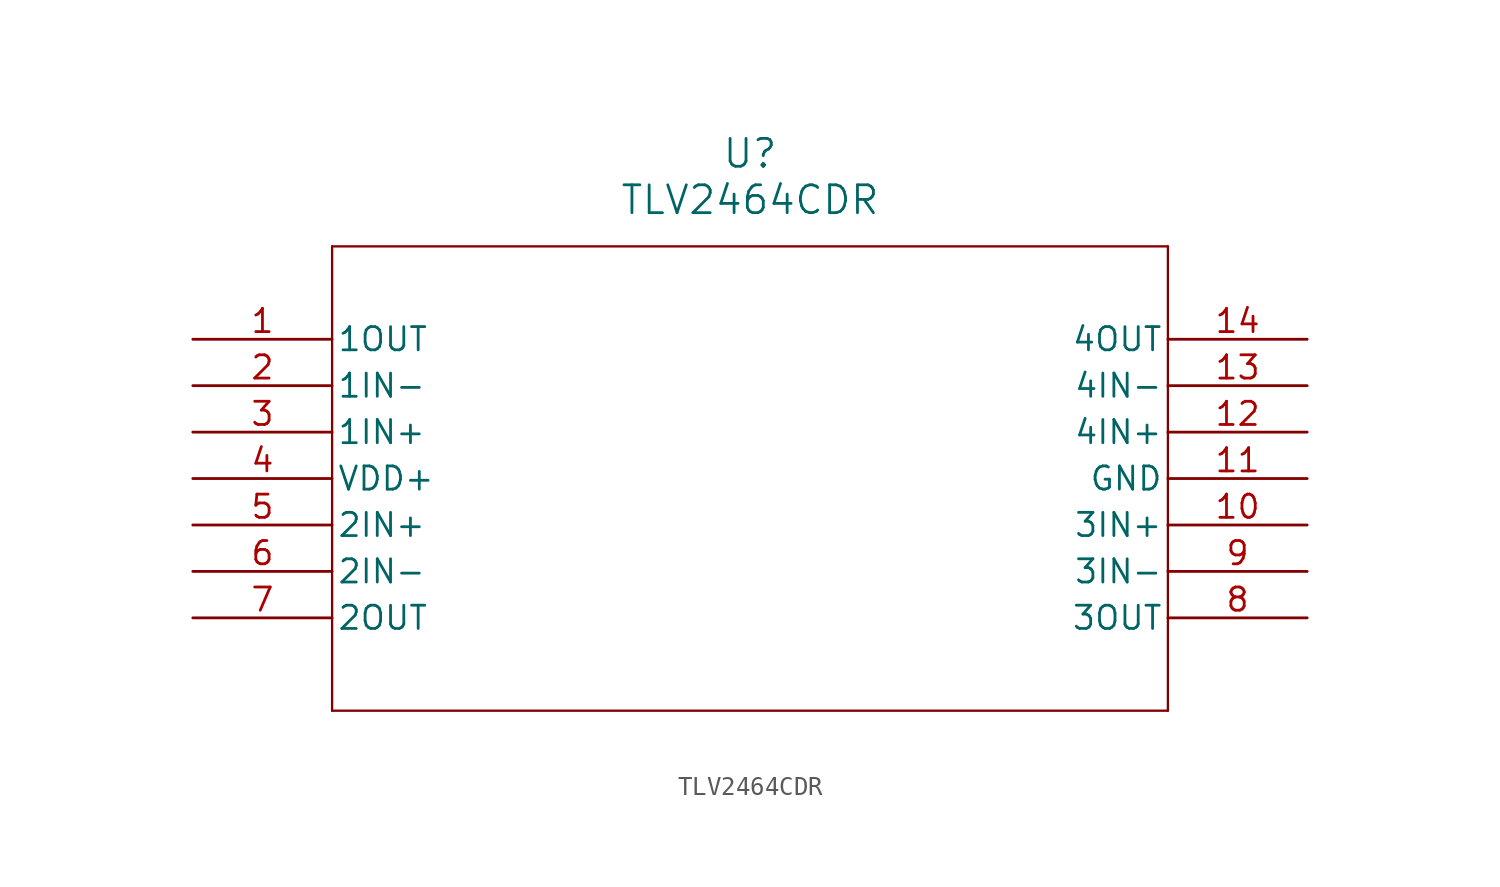
<source format=kicad_sym>
(kicad_symbol_lib
  (version 20211014)
  (generator kicad_symbol_editor)
  (symbol "TLV2464CDR"
    (pin_names
      (offset 0.254))
    (property "Reference" "U"
      (at 30.48 10.16 0)
      (effects (font (size 1.524 1.524))))
    (property "Value" "TLV2464CDR"
      (at 30.48 7.62 0)
      (effects (font (size 1.524 1.524))))
    (symbol "TLV2464CDR_0_1"
      (polyline (pts (xy 7.62 5.08) (xy 7.62 -20.32)) (stroke (width 0.127) (type default) (color 0 0 0 0)) (fill (type none)))
      (polyline (pts (xy 7.62 -20.32) (xy 53.34 -20.32)) (stroke (width 0.127) (type default) (color 0 0 0 0)) (fill (type none)))
      (polyline (pts (xy 53.34 -20.32) (xy 53.34 5.08)) (stroke (width 0.127) (type default) (color 0 0 0 0)) (fill (type none)))
      (polyline (pts (xy 53.34 5.08) (xy 7.62 5.08)) (stroke (width 0.127) (type default) (color 0 0 0 0)) (fill (type none)))
      (pin output line (at 0 0 0) (length 7.62) (name "1OUT" (effects (font (size 1.27 1.27)))) (number "1" (effects (font (size 1.27 1.27)))))
      (pin input line (at 0 -2.54 0) (length 7.62) (name "1IN-" (effects (font (size 1.27 1.27)))) (number "2" (effects (font (size 1.27 1.27)))))
      (pin input line (at 0 -5.08 0) (length 7.62) (name "1IN+" (effects (font (size 1.27 1.27)))) (number "3" (effects (font (size 1.27 1.27)))))
      (pin power_in line (at 0 -7.62 0) (length 7.62) (name "VDD+" (effects (font (size 1.27 1.27)))) (number "4" (effects (font (size 1.27 1.27)))))
      (pin input line (at 0 -10.16 0) (length 7.62) (name "2IN+" (effects (font (size 1.27 1.27)))) (number "5" (effects (font (size 1.27 1.27)))))
      (pin input line (at 0 -12.7 0) (length 7.62) (name "2IN-" (effects (font (size 1.27 1.27)))) (number "6" (effects (font (size 1.27 1.27)))))
      (pin output line (at 0 -15.24 0) (length 7.62) (name "2OUT" (effects (font (size 1.27 1.27)))) (number "7" (effects (font (size 1.27 1.27)))))
      (pin output line (at 60.96 -15.24 180) (length 7.62) (name "3OUT" (effects (font (size 1.27 1.27)))) (number "8" (effects (font (size 1.27 1.27)))))
      (pin input line (at 60.96 -12.7 180) (length 7.62) (name "3IN-" (effects (font (size 1.27 1.27)))) (number "9" (effects (font (size 1.27 1.27)))))
      (pin input line (at 60.96 -10.16 180) (length 7.62) (name "3IN+" (effects (font (size 1.27 1.27)))) (number "10" (effects (font (size 1.27 1.27)))))
      (pin power_in line (at 60.96 -7.62 180) (length 7.62) (name "GND" (effects (font (size 1.27 1.27)))) (number "11" (effects (font (size 1.27 1.27)))))
      (pin input line (at 60.96 -5.08 180) (length 7.62) (name "4IN+" (effects (font (size 1.27 1.27)))) (number "12" (effects (font (size 1.27 1.27)))))
      (pin input line (at 60.96 -2.54 180) (length 7.62) (name "4IN-" (effects (font (size 1.27 1.27)))) (number "13" (effects (font (size 1.27 1.27)))))
      (pin output line (at 60.96 0 180) (length 7.62) (name "4OUT" (effects (font (size 1.27 1.27)))) (number "14" (effects (font (size 1.27 1.27))))))))
</source>
